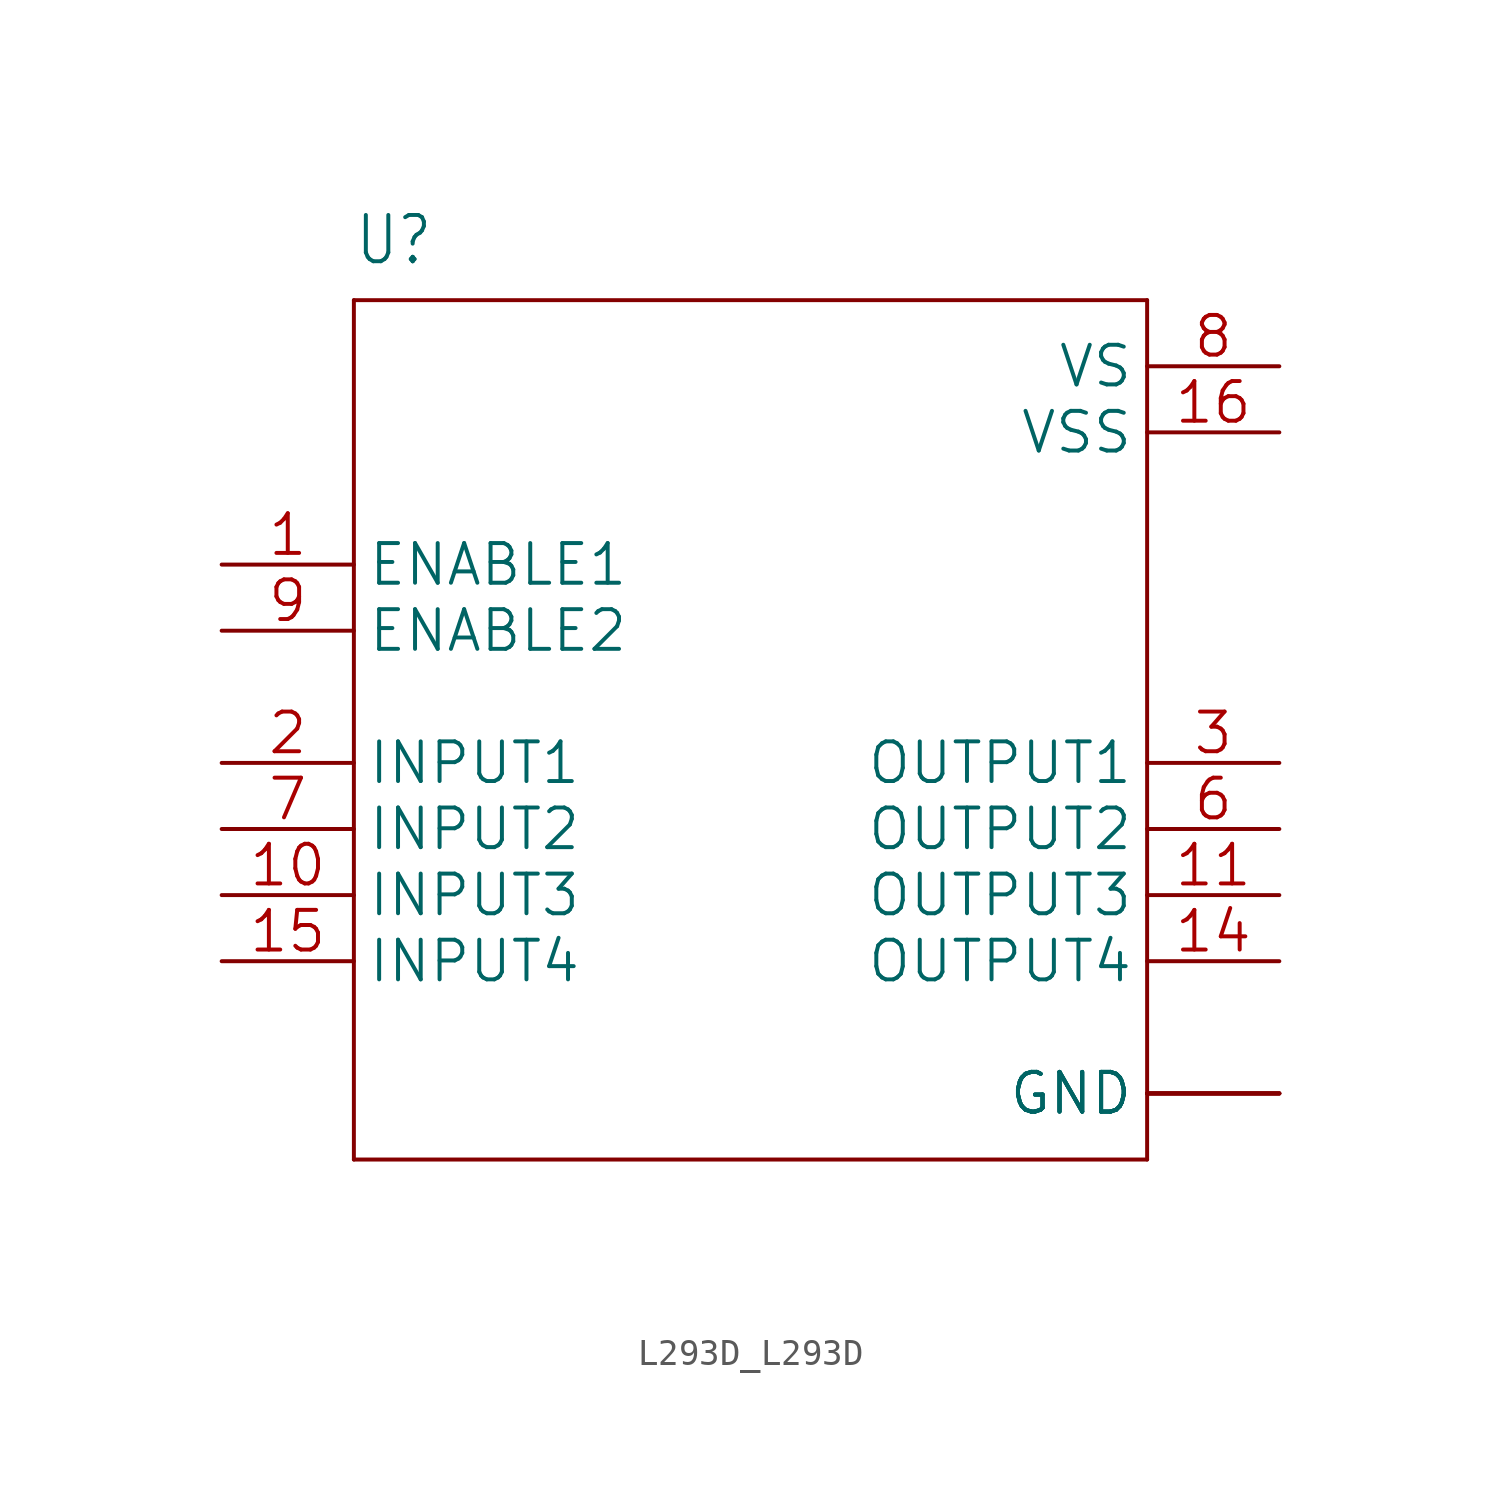
<source format=kicad_sym>
(kicad_symbol_lib
  (version 20241209)
  (generator "kicad_symbol_editor")
  (generator_version "9.0")
  (symbol "L293D_L293D"
    (property "Reference" "U"
      (at -15.24 16.51 0)
      (effects (font (size 1.778 1.511)) (justify left bottom)))
    (property "Value" ""
      (at -15.24 -20.32 0)
      (effects (font (size 1.778 1.511)) (justify left bottom)))
    (property "ki_locked" ""
      (at 0 0 0)
      (effects (font (size 1.27 1.27))))
    (symbol "L293D_L293D_1_0"
      (polyline (pts (xy -15.24 15.24) (xy 15.24 15.24)) (stroke (width 0.152) (type solid)) (fill (type none)))
      (polyline (pts (xy -15.24 -17.78) (xy -15.24 15.24)) (stroke (width 0.152) (type solid)) (fill (type none)))
      (polyline (pts (xy 15.24 15.24) (xy 15.24 -17.78)) (stroke (width 0.152) (type solid)) (fill (type none)))
      (polyline (pts (xy 15.24 -17.78) (xy -15.24 -17.78)) (stroke (width 0.152) (type solid)) (fill (type none)))
      (pin input line (at -20.32 5.08 0) (length 5.08) (name "ENABLE1" (effects (font (size 1.524 1.524)))) (number "1" (effects (font (size 1.524 1.524)))))
      (pin input line (at -20.32 2.54 0) (length 5.08) (name "ENABLE2" (effects (font (size 1.524 1.524)))) (number "9" (effects (font (size 1.524 1.524)))))
      (pin input line (at -20.32 -2.54 0) (length 5.08) (name "INPUT1" (effects (font (size 1.524 1.524)))) (number "2" (effects (font (size 1.524 1.524)))))
      (pin input line (at -20.32 -5.08 0) (length 5.08) (name "INPUT2" (effects (font (size 1.524 1.524)))) (number "7" (effects (font (size 1.524 1.524)))))
      (pin input line (at -20.32 -7.62 0) (length 5.08) (name "INPUT3" (effects (font (size 1.524 1.524)))) (number "10" (effects (font (size 1.524 1.524)))))
      (pin input line (at -20.32 -10.16 0) (length 5.08) (name "INPUT4" (effects (font (size 1.524 1.524)))) (number "15" (effects (font (size 1.524 1.524)))))
      (pin power_in line (at 20.32 12.7 180) (length 5.08) (name "VS" (effects (font (size 1.524 1.524)))) (number "8" (effects (font (size 1.524 1.524)))))
      (pin power_in line (at 20.32 10.16 180) (length 5.08) (name "VSS" (effects (font (size 1.524 1.524)))) (number "16" (effects (font (size 1.524 1.524)))))
      (pin output line (at 20.32 -2.54 180) (length 5.08) (name "OUTPUT1" (effects (font (size 1.524 1.524)))) (number "3" (effects (font (size 1.524 1.524)))))
      (pin output line (at 20.32 -5.08 180) (length 5.08) (name "OUTPUT2" (effects (font (size 1.524 1.524)))) (number "6" (effects (font (size 1.524 1.524)))))
      (pin output line (at 20.32 -7.62 180) (length 5.08) (name "OUTPUT3" (effects (font (size 1.524 1.524)))) (number "11" (effects (font (size 1.524 1.524)))))
      (pin output line (at 20.32 -10.16 180) (length 5.08) (name "OUTPUT4" (effects (font (size 1.524 1.524)))) (number "14" (effects (font (size 1.524 1.524)))))
      (pin power_in line (at 20.32 -15.24 180) (length 5.08) (name "GND" (effects (font (size 1.524 1.524)))) (number "12" (effects (font (size 0 0)))))
      (pin power_in line (at 20.32 -15.24 180) (length 5.08) (name "GND" (effects (font (size 1.524 1.524)))) (number "13" (effects (font (size 0 0)))))
      (pin power_in line (at 20.32 -15.24 180) (length 5.08) (name "GND" (effects (font (size 1.524 1.524)))) (number "4" (effects (font (size 0 0)))))
      (pin power_in line (at 20.32 -15.24 180) (length 5.08) (name "GND" (effects (font (size 1.524 1.524)))) (number "5" (effects (font (size 0 0))))))))
</source>
